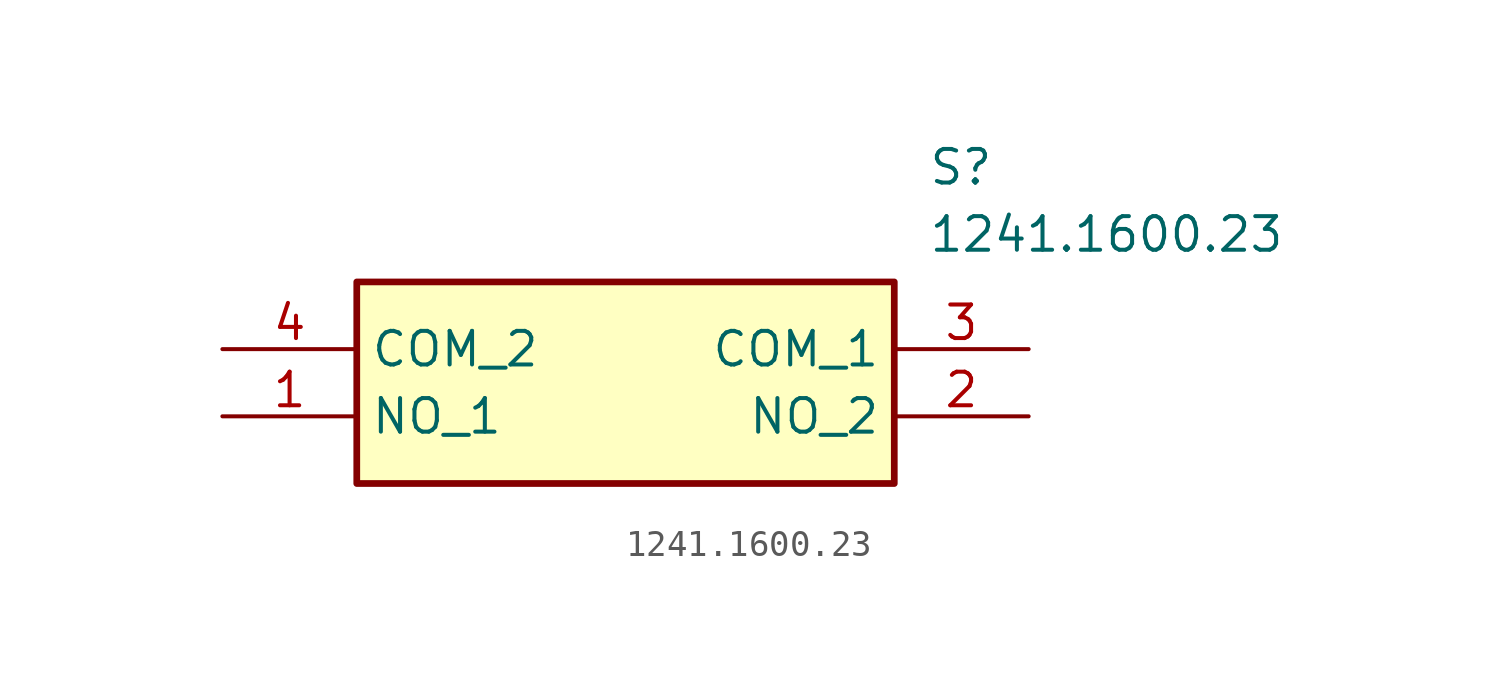
<source format=kicad_sym>
(kicad_symbol_lib
  (version 20211014)
  (generator SamacSys_ECAD_Model)
  (symbol "1241.1600.23"
    (property "Reference" "S"
      (at 26.67 7.62 0)
      (effects (font (size 1.27 1.27)) (justify left top)))
    (property "Value" "1241.1600.23"
      (at 26.67 5.08 0)
      (effects (font (size 1.27 1.27)) (justify left top)))
    (rectangle
      (start 5.08 2.54)
      (end 25.4 -5.08)
      (stroke (width 0.254) (type default))
      (fill (type background)))
    (pin passive line
      (at 0 -2.54 0)
      (length 5.08)
      (name "NO_1" (effects (font (size 1.27 1.27))))
      (number "1" (effects (font (size 1.27 1.27)))))
    (pin passive line
      (at 30.48 -2.54 180)
      (length 5.08)
      (name "NO_2" (effects (font (size 1.27 1.27))))
      (number "2" (effects (font (size 1.27 1.27)))))
    (pin passive line
      (at 30.48 0 180)
      (length 5.08)
      (name "COM_1" (effects (font (size 1.27 1.27))))
      (number "3" (effects (font (size 1.27 1.27)))))
    (pin passive line
      (at 0 0 0)
      (length 5.08)
      (name "COM_2" (effects (font (size 1.27 1.27))))
      (number "4" (effects (font (size 1.27 1.27)))))))
</source>
